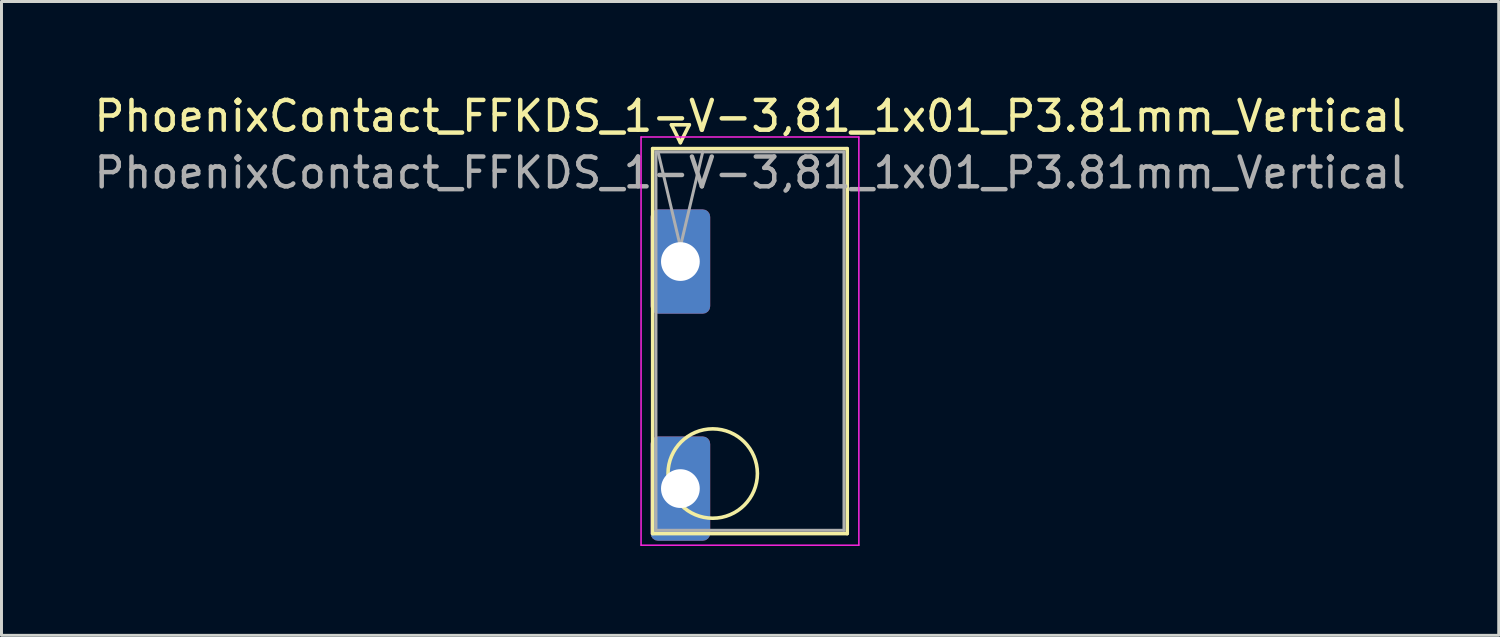
<source format=kicad_pcb>
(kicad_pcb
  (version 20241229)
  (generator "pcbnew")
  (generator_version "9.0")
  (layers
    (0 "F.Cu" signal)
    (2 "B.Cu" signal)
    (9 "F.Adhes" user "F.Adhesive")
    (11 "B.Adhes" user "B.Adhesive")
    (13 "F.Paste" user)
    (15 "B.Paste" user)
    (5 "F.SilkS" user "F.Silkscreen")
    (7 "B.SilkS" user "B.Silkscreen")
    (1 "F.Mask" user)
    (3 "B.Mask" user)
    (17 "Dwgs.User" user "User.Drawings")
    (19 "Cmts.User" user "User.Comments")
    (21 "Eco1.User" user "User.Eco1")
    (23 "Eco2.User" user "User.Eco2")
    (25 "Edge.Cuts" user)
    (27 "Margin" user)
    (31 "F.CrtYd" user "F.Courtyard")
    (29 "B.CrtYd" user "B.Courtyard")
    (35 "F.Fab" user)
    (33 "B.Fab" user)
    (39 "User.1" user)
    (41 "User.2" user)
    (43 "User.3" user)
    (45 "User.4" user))
  (footprint "PhoenixContact_FFKDS_1-V-3,81_1x01_P3.81mm_Vertical"
    (layer "F.Cu")
    (at 19.785 5.728)
    (property "Reference" "PhoenixContact_FFKDS_1-V-3,81_1x01_P3.81mm_Vertical" (at 2.34 -4.88 0) (layer "F.SilkS") (effects (font (size 1 1) (thickness 0.15))))
    (attr through_hole)
    (fp_line (start -0.93 -3.79) (end -0.93 9.13) (stroke (width 0.12) (type solid)) (layer "F.SilkS"))
    (fp_line (start -0.93 9.13) (end 5.6 9.13) (stroke (width 0.12) (type solid)) (layer "F.SilkS"))
    (fp_line (start -0.3 -4.59) (end 0.3 -4.59) (stroke (width 0.12) (type solid)) (layer "F.SilkS"))
    (fp_line (start 0 -3.99) (end -0.3 -4.59) (stroke (width 0.12) (type solid)) (layer "F.SilkS"))
    (fp_line (start 0.3 -4.59) (end 0 -3.99) (stroke (width 0.12) (type solid)) (layer "F.SilkS"))
    (fp_line (start 5.6 -3.79) (end -0.93 -3.79) (stroke (width 0.12) (type solid)) (layer "F.SilkS"))
    (fp_line (start 5.6 9.13) (end 5.6 -3.79) (stroke (width 0.12) (type solid)) (layer "F.SilkS"))
    (fp_circle (center 1.085 7.115) (end 2.585 7.115) (stroke (width 0.12) (type solid)) (fill no) (layer "F.SilkS"))
    (fp_line (start -1.32 -4.18) (end -1.32 9.52) (stroke (width 0.05) (type solid)) (layer "F.CrtYd"))
    (fp_line (start -1.32 9.52) (end 5.99 9.52) (stroke (width 0.05) (type solid)) (layer "F.CrtYd"))
    (fp_line (start 5.99 -4.18) (end -1.32 -4.18) (stroke (width 0.05) (type solid)) (layer "F.CrtYd"))
    (fp_line (start 5.99 9.52) (end 5.99 -4.18) (stroke (width 0.05) (type solid)) (layer "F.CrtYd"))
    (fp_line (start -0.82 -3.68) (end -0.82 9.02) (stroke (width 0.1) (type solid)) (layer "F.Fab"))
    (fp_line (start -0.82 9.02) (end 5.49 9.02) (stroke (width 0.1) (type solid)) (layer "F.Fab"))
    (fp_line (start 0 -0.5) (end -0.75 -3.68) (stroke (width 0.1) (type solid)) (layer "F.Fab"))
    (fp_line (start 0.75 -3.68) (end 0 -0.5) (stroke (width 0.1) (type solid)) (layer "F.Fab"))
    (fp_line (start 5.49 -3.68) (end -0.82 -3.68) (stroke (width 0.1) (type solid)) (layer "F.Fab"))
    (fp_line (start 5.49 9.02) (end 5.49 -3.68) (stroke (width 0.1) (type solid)) (layer "F.Fab"))
    (fp_text user "${REFERENCE}" (at 2.34 -2.98 0) (layer "F.Fab") (effects (font (size 1 1) (thickness 0.15))))
    (pad "1" thru_hole roundrect (at 0 0) (size 2 3.5) (drill 1.3) (layers "*.Cu" "*.Mask") (roundrect_rratio 0.125))
    (pad "1" thru_hole roundrect (at 0 7.62) (size 2 3.5) (drill 1.3) (layers "*.Cu" "*.Mask") (roundrect_rratio 0.125)))
  (gr_rect
    (start -3 -3)
    (end 47.25 18.273)
    (stroke (width 0.1) (type default))
    (fill no)
    (layer "Edge.Cuts")))
</source>
